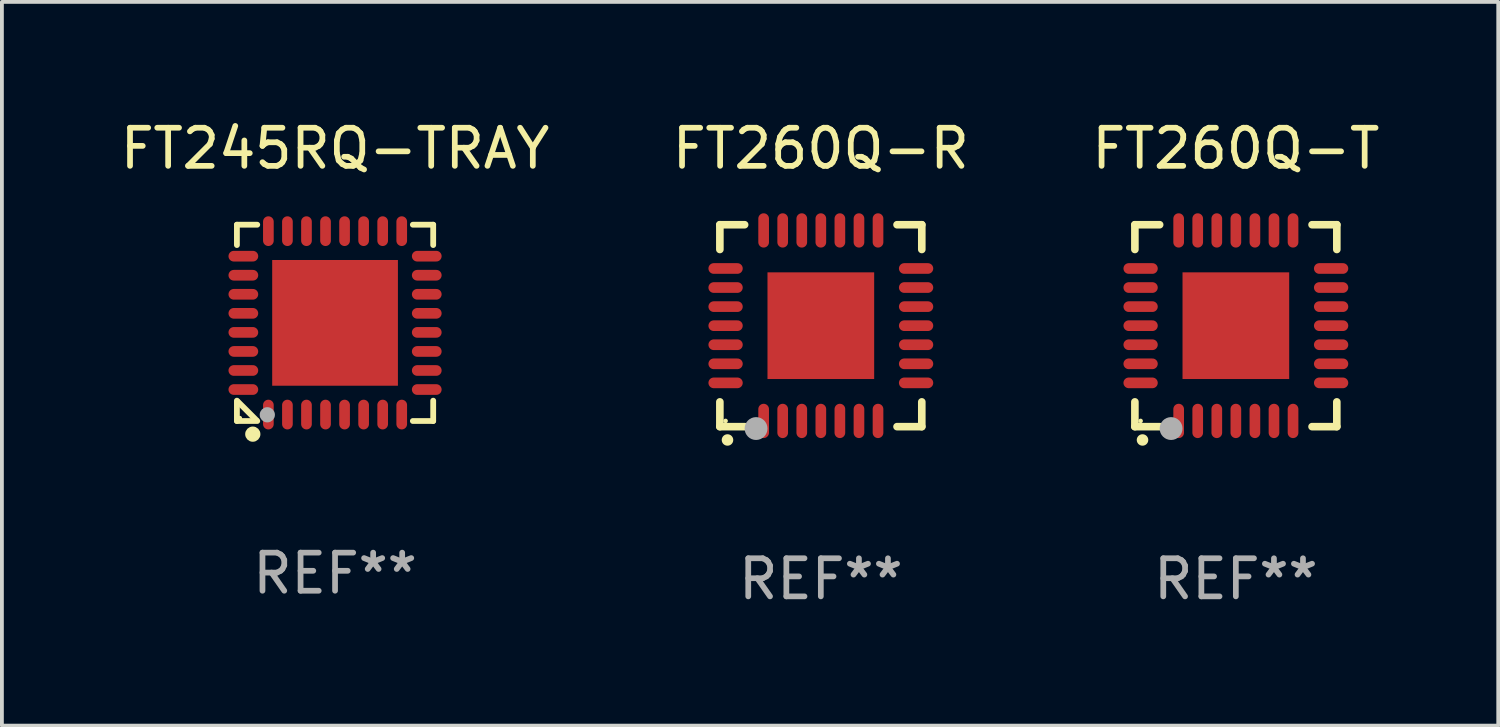
<source format=kicad_pcb>
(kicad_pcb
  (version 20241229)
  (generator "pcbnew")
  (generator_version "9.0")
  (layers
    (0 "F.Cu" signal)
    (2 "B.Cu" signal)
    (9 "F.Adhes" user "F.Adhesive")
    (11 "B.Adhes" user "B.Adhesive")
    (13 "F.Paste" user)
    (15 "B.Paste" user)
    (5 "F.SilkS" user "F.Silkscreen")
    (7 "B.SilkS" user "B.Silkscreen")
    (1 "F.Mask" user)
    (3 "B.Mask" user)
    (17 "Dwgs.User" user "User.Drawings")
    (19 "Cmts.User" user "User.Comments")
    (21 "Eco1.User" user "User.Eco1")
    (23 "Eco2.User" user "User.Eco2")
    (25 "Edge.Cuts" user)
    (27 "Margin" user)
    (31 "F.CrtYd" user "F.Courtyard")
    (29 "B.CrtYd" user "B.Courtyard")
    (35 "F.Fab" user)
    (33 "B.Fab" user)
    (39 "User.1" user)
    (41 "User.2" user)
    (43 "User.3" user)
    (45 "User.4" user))
  (footprint "FT245RQ-TRAY"
    (layer "F.Cu")
    (at 5.744 5.424)
    (property "Reference" "FT245RQ-TRAY" (at 0 -4.576 0) (layer "F.SilkS") (effects (font (size 1 1) (thickness 0.15))))
    (attr through_hole)
    (fp_line (start -2.576 -2.576) (end -2.576 -2.042) (stroke (width 0.152) (type solid)) (layer "F.SilkS"))
    (fp_line (start -2.576 2.576) (end -2.576 2.042) (stroke (width 0.152) (type solid)) (layer "F.SilkS"))
    (fp_line (start -2.549 2.069) (end -2.069 2.549) (stroke (width 0.152) (type solid)) (layer "F.SilkS"))
    (fp_line (start -2.042 -2.576) (end -2.576 -2.576) (stroke (width 0.152) (type solid)) (layer "F.SilkS"))
    (fp_line (start -2.042 2.576) (end -2.576 2.576) (stroke (width 0.152) (type solid)) (layer "F.SilkS"))
    (fp_line (start 2.042 -2.576) (end 2.576 -2.576) (stroke (width 0.152) (type solid)) (layer "F.SilkS"))
    (fp_line (start 2.042 2.576) (end 2.576 2.576) (stroke (width 0.152) (type solid)) (layer "F.SilkS"))
    (fp_line (start 2.576 -2.576) (end 2.576 -2.042) (stroke (width 0.152) (type solid)) (layer "F.SilkS"))
    (fp_line (start 2.576 2.576) (end 2.576 2.042) (stroke (width 0.152) (type solid)) (layer "F.SilkS"))
    (fp_circle (center -2.5 2.5) (end -2.47 2.5) (stroke (width 0.06) (type solid)) (fill no) (layer "F.SilkS"))
    (fp_circle (center -2.159 2.921) (end -2.059 2.921) (stroke (width 0.2) (type solid)) (fill no) (layer "F.SilkS"))
    (fp_circle (center -1.778 2.413) (end -1.678 2.413) (stroke (width 0.2) (type solid)) (fill no) (layer "F.Fab"))
    (fp_text user "REF**" (at 0 6.576 0) (layer "F.Fab") (effects (font (size 1 1) (thickness 0.15))))
    (pad "1" smd oval (at -1.75 2.407 90) (size 0.78 0.28) (layers "F.Cu" "F.Mask" "F.Paste"))
    (pad "2" smd oval (at -1.25 2.407 90) (size 0.78 0.28) (layers "F.Cu" "F.Mask" "F.Paste"))
    (pad "3" smd oval (at -0.75 2.407 90) (size 0.78 0.28) (layers "F.Cu" "F.Mask" "F.Paste"))
    (pad "4" smd oval (at -0.25 2.407 90) (size 0.78 0.28) (layers "F.Cu" "F.Mask" "F.Paste"))
    (pad "5" smd oval (at 0.25 2.407 90) (size 0.78 0.28) (layers "F.Cu" "F.Mask" "F.Paste"))
    (pad "6" smd oval (at 0.75 2.407 90) (size 0.78 0.28) (layers "F.Cu" "F.Mask" "F.Paste"))
    (pad "7" smd oval (at 1.25 2.407 90) (size 0.78 0.28) (layers "F.Cu" "F.Mask" "F.Paste"))
    (pad "8" smd oval (at 1.75 2.407 90) (size 0.78 0.28) (layers "F.Cu" "F.Mask" "F.Paste"))
    (pad "9" smd oval (at 2.407 1.75 90) (size 0.28 0.78) (layers "F.Cu" "F.Mask" "F.Paste"))
    (pad "10" smd oval (at 2.407 1.25 90) (size 0.28 0.78) (layers "F.Cu" "F.Mask" "F.Paste"))
    (pad "11" smd oval (at 2.407 0.75 90) (size 0.28 0.78) (layers "F.Cu" "F.Mask" "F.Paste"))
    (pad "12" smd oval (at 2.407 0.25 90) (size 0.28 0.78) (layers "F.Cu" "F.Mask" "F.Paste"))
    (pad "13" smd oval (at 2.407 -0.25 90) (size 0.28 0.78) (layers "F.Cu" "F.Mask" "F.Paste"))
    (pad "14" smd oval (at 2.407 -0.75 90) (size 0.28 0.78) (layers "F.Cu" "F.Mask" "F.Paste"))
    (pad "15" smd oval (at 2.407 -1.25 90) (size 0.28 0.78) (layers "F.Cu" "F.Mask" "F.Paste"))
    (pad "16" smd oval (at 2.407 -1.75 90) (size 0.28 0.78) (layers "F.Cu" "F.Mask" "F.Paste"))
    (pad "17" smd oval (at 1.75 -2.407 90) (size 0.78 0.28) (layers "F.Cu" "F.Mask" "F.Paste"))
    (pad "18" smd oval (at 1.25 -2.407 90) (size 0.78 0.28) (layers "F.Cu" "F.Mask" "F.Paste"))
    (pad "19" smd oval (at 0.75 -2.407 90) (size 0.78 0.28) (layers "F.Cu" "F.Mask" "F.Paste"))
    (pad "20" smd oval (at 0.25 -2.407 90) (size 0.78 0.28) (layers "F.Cu" "F.Mask" "F.Paste"))
    (pad "21" smd oval (at -0.25 -2.407 90) (size 0.78 0.28) (layers "F.Cu" "F.Mask" "F.Paste"))
    (pad "22" smd oval (at -0.75 -2.407 90) (size 0.78 0.28) (layers "F.Cu" "F.Mask" "F.Paste"))
    (pad "23" smd oval (at -1.25 -2.407 90) (size 0.78 0.28) (layers "F.Cu" "F.Mask" "F.Paste"))
    (pad "24" smd oval (at -1.75 -2.407 90) (size 0.78 0.28) (layers "F.Cu" "F.Mask" "F.Paste"))
    (pad "25" smd oval (at -2.407 -1.75 90) (size 0.28 0.78) (layers "F.Cu" "F.Mask" "F.Paste"))
    (pad "26" smd oval (at -2.407 -1.25 90) (size 0.28 0.78) (layers "F.Cu" "F.Mask" "F.Paste"))
    (pad "27" smd oval (at -2.407 -0.75 90) (size 0.28 0.78) (layers "F.Cu" "F.Mask" "F.Paste"))
    (pad "28" smd oval (at -2.407 -0.25 90) (size 0.28 0.78) (layers "F.Cu" "F.Mask" "F.Paste"))
    (pad "29" smd oval (at -2.407 0.25 90) (size 0.28 0.78) (layers "F.Cu" "F.Mask" "F.Paste"))
    (pad "30" smd oval (at -2.407 0.75 90) (size 0.28 0.78) (layers "F.Cu" "F.Mask" "F.Paste"))
    (pad "31" smd oval (at -2.407 1.25 90) (size 0.28 0.78) (layers "F.Cu" "F.Mask" "F.Paste"))
    (pad "32" smd oval (at -2.407 1.75 90) (size 0.28 0.78) (layers "F.Cu" "F.Mask" "F.Paste"))
    (pad "33" smd rect (at 0 0 90) (size 3.3 3.3) (layers "F.Cu" "F.Mask" "F.Paste")))
  (footprint "FT260Q-T"
    (layer "F.Cu")
    (at 29.387 5.498)
    (property "Reference" "FT260Q-T" (at 0 -4.65 0) (layer "F.SilkS") (effects (font (size 1 1) (thickness 0.15))))
    (attr through_hole)
    (fp_line (start -2.65 -2.65) (end -2.65 -2) (stroke (width 0.2) (type solid)) (layer "F.SilkS"))
    (fp_line (start -2.65 2.65) (end -2.65 2) (stroke (width 0.2) (type solid)) (layer "F.SilkS"))
    (fp_line (start -2 -2.65) (end -2.65 -2.65) (stroke (width 0.2) (type solid)) (layer "F.SilkS"))
    (fp_line (start -2 2.65) (end -2.65 2.65) (stroke (width 0.2) (type solid)) (layer "F.SilkS"))
    (fp_line (start 2 2.65) (end 2.65 2.65) (stroke (width 0.2) (type solid)) (layer "F.SilkS"))
    (fp_line (start 2.65 -2.65) (end 2 -2.65) (stroke (width 0.2) (type solid)) (layer "F.SilkS"))
    (fp_line (start 2.65 -2) (end 2.65 -2.65) (stroke (width 0.2) (type solid)) (layer "F.SilkS"))
    (fp_line (start 2.65 2.65) (end 2.65 2) (stroke (width 0.2) (type solid)) (layer "F.SilkS"))
    (fp_arc (start -2.451105 2.999746) (mid -2.449835 2.999741) (end -2.448565 2.999746) (stroke (width 0.3) (type solid)) (layer "F.SilkS"))
    (fp_circle (center -2.5 2.5) (end -2.47 2.5) (stroke (width 0.06) (type solid)) (fill no) (layer "F.SilkS"))
    (fp_circle (center -1.7 2.7) (end -1.55 2.7) (stroke (width 0.3) (type solid)) (fill no) (layer "F.Fab"))
    (fp_text user "REF**" (at 0 6.65 0) (layer "F.Fab") (effects (font (size 1 1) (thickness 0.15))))
    (pad "1" smd oval (at -1.501 2.5 180) (size 0.28 0.9) (layers "F.Cu" "F.Mask" "F.Paste"))
    (pad "2" smd oval (at -1.001 2.5 180) (size 0.28 0.9) (layers "F.Cu" "F.Mask" "F.Paste"))
    (pad "3" smd oval (at -0.5 2.5 180) (size 0.28 0.9) (layers "F.Cu" "F.Mask" "F.Paste"))
    (pad "4" smd oval (at 0.000076 2.5 180) (size 0.28 0.9) (layers "F.Cu" "F.Mask" "F.Paste"))
    (pad "5" smd oval (at 0.5 2.5 180) (size 0.28 0.9) (layers "F.Cu" "F.Mask" "F.Paste"))
    (pad "6" smd oval (at 1.001 2.5 180) (size 0.28 0.9) (layers "F.Cu" "F.Mask" "F.Paste"))
    (pad "7" smd oval (at 1.501 2.5 180) (size 0.28 0.9) (layers "F.Cu" "F.Mask" "F.Paste"))
    (pad "8" smd oval (at 2.5 1.501 90) (size 0.28 0.9) (layers "F.Cu" "F.Mask" "F.Paste"))
    (pad "9" smd oval (at 2.5 1.001 90) (size 0.28 0.9) (layers "F.Cu" "F.Mask" "F.Paste"))
    (pad "10" smd oval (at 2.5 0.5 90) (size 0.28 0.9) (layers "F.Cu" "F.Mask" "F.Paste"))
    (pad "11" smd oval (at 2.5 0.000076 90) (size 0.28 0.9) (layers "F.Cu" "F.Mask" "F.Paste"))
    (pad "12" smd oval (at 2.5 -0.5 90) (size 0.28 0.9) (layers "F.Cu" "F.Mask" "F.Paste"))
    (pad "13" smd oval (at 2.5 -1.001 90) (size 0.28 0.9) (layers "F.Cu" "F.Mask" "F.Paste"))
    (pad "14" smd oval (at 2.5 -1.501 90) (size 0.28 0.9) (layers "F.Cu" "F.Mask" "F.Paste"))
    (pad "15" smd oval (at 1.501 -2.5 180) (size 0.28 0.9) (layers "F.Cu" "F.Mask" "F.Paste"))
    (pad "16" smd oval (at 1.001 -2.5 180) (size 0.28 0.9) (layers "F.Cu" "F.Mask" "F.Paste"))
    (pad "17" smd oval (at 0.5 -2.5 180) (size 0.28 0.9) (layers "F.Cu" "F.Mask" "F.Paste"))
    (pad "18" smd oval (at 0.000076 -2.5 180) (size 0.28 0.9) (layers "F.Cu" "F.Mask" "F.Paste"))
    (pad "19" smd oval (at -0.5 -2.5 180) (size 0.28 0.9) (layers "F.Cu" "F.Mask" "F.Paste"))
    (pad "20" smd oval (at -1.001 -2.5 180) (size 0.28 0.9) (layers "F.Cu" "F.Mask" "F.Paste"))
    (pad "21" smd oval (at -1.501 -2.5 180) (size 0.28 0.9) (layers "F.Cu" "F.Mask" "F.Paste"))
    (pad "22" smd oval (at -2.5 -1.501 90) (size 0.28 0.9) (layers "F.Cu" "F.Mask" "F.Paste"))
    (pad "23" smd oval (at -2.5 -1.001 90) (size 0.28 0.9) (layers "F.Cu" "F.Mask" "F.Paste"))
    (pad "24" smd oval (at -2.5 -0.5 90) (size 0.28 0.9) (layers "F.Cu" "F.Mask" "F.Paste"))
    (pad "25" smd oval (at -2.5 0.000076 90) (size 0.28 0.9) (layers "F.Cu" "F.Mask" "F.Paste"))
    (pad "26" smd oval (at -2.5 0.5 90) (size 0.28 0.9) (layers "F.Cu" "F.Mask" "F.Paste"))
    (pad "27" smd oval (at -2.5 1.001 90) (size 0.28 0.9) (layers "F.Cu" "F.Mask" "F.Paste"))
    (pad "28" smd oval (at -2.5 1.501 90) (size 0.28 0.9) (layers "F.Cu" "F.Mask" "F.Paste"))
    (pad "29" smd rect (at 0.000076 0.000076 90) (size 2.8 2.8) (layers "F.Cu" "F.Mask" "F.Paste")))
  (footprint "FT260Q-R"
    (layer "F.Cu")
    (at 18.494 5.498)
    (property "Reference" "FT260Q-R" (at 0 -4.65 0) (layer "F.SilkS") (effects (font (size 1 1) (thickness 0.15))))
    (attr through_hole)
    (fp_line (start -2.65 -2.65) (end -2.65 -2) (stroke (width 0.2) (type solid)) (layer "F.SilkS"))
    (fp_line (start -2.65 2.65) (end -2.65 2) (stroke (width 0.2) (type solid)) (layer "F.SilkS"))
    (fp_line (start -2 -2.65) (end -2.65 -2.65) (stroke (width 0.2) (type solid)) (layer "F.SilkS"))
    (fp_line (start -2 2.65) (end -2.65 2.65) (stroke (width 0.2) (type solid)) (layer "F.SilkS"))
    (fp_line (start 2 2.65) (end 2.65 2.65) (stroke (width 0.2) (type solid)) (layer "F.SilkS"))
    (fp_line (start 2.65 -2.65) (end 2 -2.65) (stroke (width 0.2) (type solid)) (layer "F.SilkS"))
    (fp_line (start 2.65 -2) (end 2.65 -2.65) (stroke (width 0.2) (type solid)) (layer "F.SilkS"))
    (fp_line (start 2.65 2.65) (end 2.65 2) (stroke (width 0.2) (type solid)) (layer "F.SilkS"))
    (fp_arc (start -2.451105 2.999746) (mid -2.449835 2.999741) (end -2.448565 2.999746) (stroke (width 0.3) (type solid)) (layer "F.SilkS"))
    (fp_circle (center -2.5 2.5) (end -2.47 2.5) (stroke (width 0.06) (type solid)) (fill no) (layer "F.SilkS"))
    (fp_circle (center -1.7 2.7) (end -1.55 2.7) (stroke (width 0.3) (type solid)) (fill no) (layer "F.Fab"))
    (fp_text user "REF**" (at 0 6.65 0) (layer "F.Fab") (effects (font (size 1 1) (thickness 0.15))))
    (pad "1" smd oval (at -1.501 2.5 180) (size 0.28 0.9) (layers "F.Cu" "F.Mask" "F.Paste"))
    (pad "2" smd oval (at -1.001 2.5 180) (size 0.28 0.9) (layers "F.Cu" "F.Mask" "F.Paste"))
    (pad "3" smd oval (at -0.5 2.5 180) (size 0.28 0.9) (layers "F.Cu" "F.Mask" "F.Paste"))
    (pad "4" smd oval (at 0.000076 2.5 180) (size 0.28 0.9) (layers "F.Cu" "F.Mask" "F.Paste"))
    (pad "5" smd oval (at 0.5 2.5 180) (size 0.28 0.9) (layers "F.Cu" "F.Mask" "F.Paste"))
    (pad "6" smd oval (at 1.001 2.5 180) (size 0.28 0.9) (layers "F.Cu" "F.Mask" "F.Paste"))
    (pad "7" smd oval (at 1.501 2.5 180) (size 0.28 0.9) (layers "F.Cu" "F.Mask" "F.Paste"))
    (pad "8" smd oval (at 2.5 1.501 90) (size 0.28 0.9) (layers "F.Cu" "F.Mask" "F.Paste"))
    (pad "9" smd oval (at 2.5 1.001 90) (size 0.28 0.9) (layers "F.Cu" "F.Mask" "F.Paste"))
    (pad "10" smd oval (at 2.5 0.5 90) (size 0.28 0.9) (layers "F.Cu" "F.Mask" "F.Paste"))
    (pad "11" smd oval (at 2.5 0.000076 90) (size 0.28 0.9) (layers "F.Cu" "F.Mask" "F.Paste"))
    (pad "12" smd oval (at 2.5 -0.5 90) (size 0.28 0.9) (layers "F.Cu" "F.Mask" "F.Paste"))
    (pad "13" smd oval (at 2.5 -1.001 90) (size 0.28 0.9) (layers "F.Cu" "F.Mask" "F.Paste"))
    (pad "14" smd oval (at 2.5 -1.501 90) (size 0.28 0.9) (layers "F.Cu" "F.Mask" "F.Paste"))
    (pad "15" smd oval (at 1.501 -2.5 180) (size 0.28 0.9) (layers "F.Cu" "F.Mask" "F.Paste"))
    (pad "16" smd oval (at 1.001 -2.5 180) (size 0.28 0.9) (layers "F.Cu" "F.Mask" "F.Paste"))
    (pad "17" smd oval (at 0.5 -2.5 180) (size 0.28 0.9) (layers "F.Cu" "F.Mask" "F.Paste"))
    (pad "18" smd oval (at 0.000076 -2.5 180) (size 0.28 0.9) (layers "F.Cu" "F.Mask" "F.Paste"))
    (pad "19" smd oval (at -0.5 -2.5 180) (size 0.28 0.9) (layers "F.Cu" "F.Mask" "F.Paste"))
    (pad "20" smd oval (at -1.001 -2.5 180) (size 0.28 0.9) (layers "F.Cu" "F.Mask" "F.Paste"))
    (pad "21" smd oval (at -1.501 -2.5 180) (size 0.28 0.9) (layers "F.Cu" "F.Mask" "F.Paste"))
    (pad "22" smd oval (at -2.5 -1.501 90) (size 0.28 0.9) (layers "F.Cu" "F.Mask" "F.Paste"))
    (pad "23" smd oval (at -2.5 -1.001 90) (size 0.28 0.9) (layers "F.Cu" "F.Mask" "F.Paste"))
    (pad "24" smd oval (at -2.5 -0.5 90) (size 0.28 0.9) (layers "F.Cu" "F.Mask" "F.Paste"))
    (pad "25" smd oval (at -2.5 0.000076 90) (size 0.28 0.9) (layers "F.Cu" "F.Mask" "F.Paste"))
    (pad "26" smd oval (at -2.5 0.5 90) (size 0.28 0.9) (layers "F.Cu" "F.Mask" "F.Paste"))
    (pad "27" smd oval (at -2.5 1.001 90) (size 0.28 0.9) (layers "F.Cu" "F.Mask" "F.Paste"))
    (pad "28" smd oval (at -2.5 1.501 90) (size 0.28 0.9) (layers "F.Cu" "F.Mask" "F.Paste"))
    (pad "29" smd rect (at 0.000076 0.000076 90) (size 2.8 2.8) (layers "F.Cu" "F.Mask" "F.Paste")))
  (gr_rect
    (start -3 -3)
    (end 36.274 15.996)
    (stroke (width 0.1) (type default))
    (fill no)
    (layer "Edge.Cuts")))
</source>
